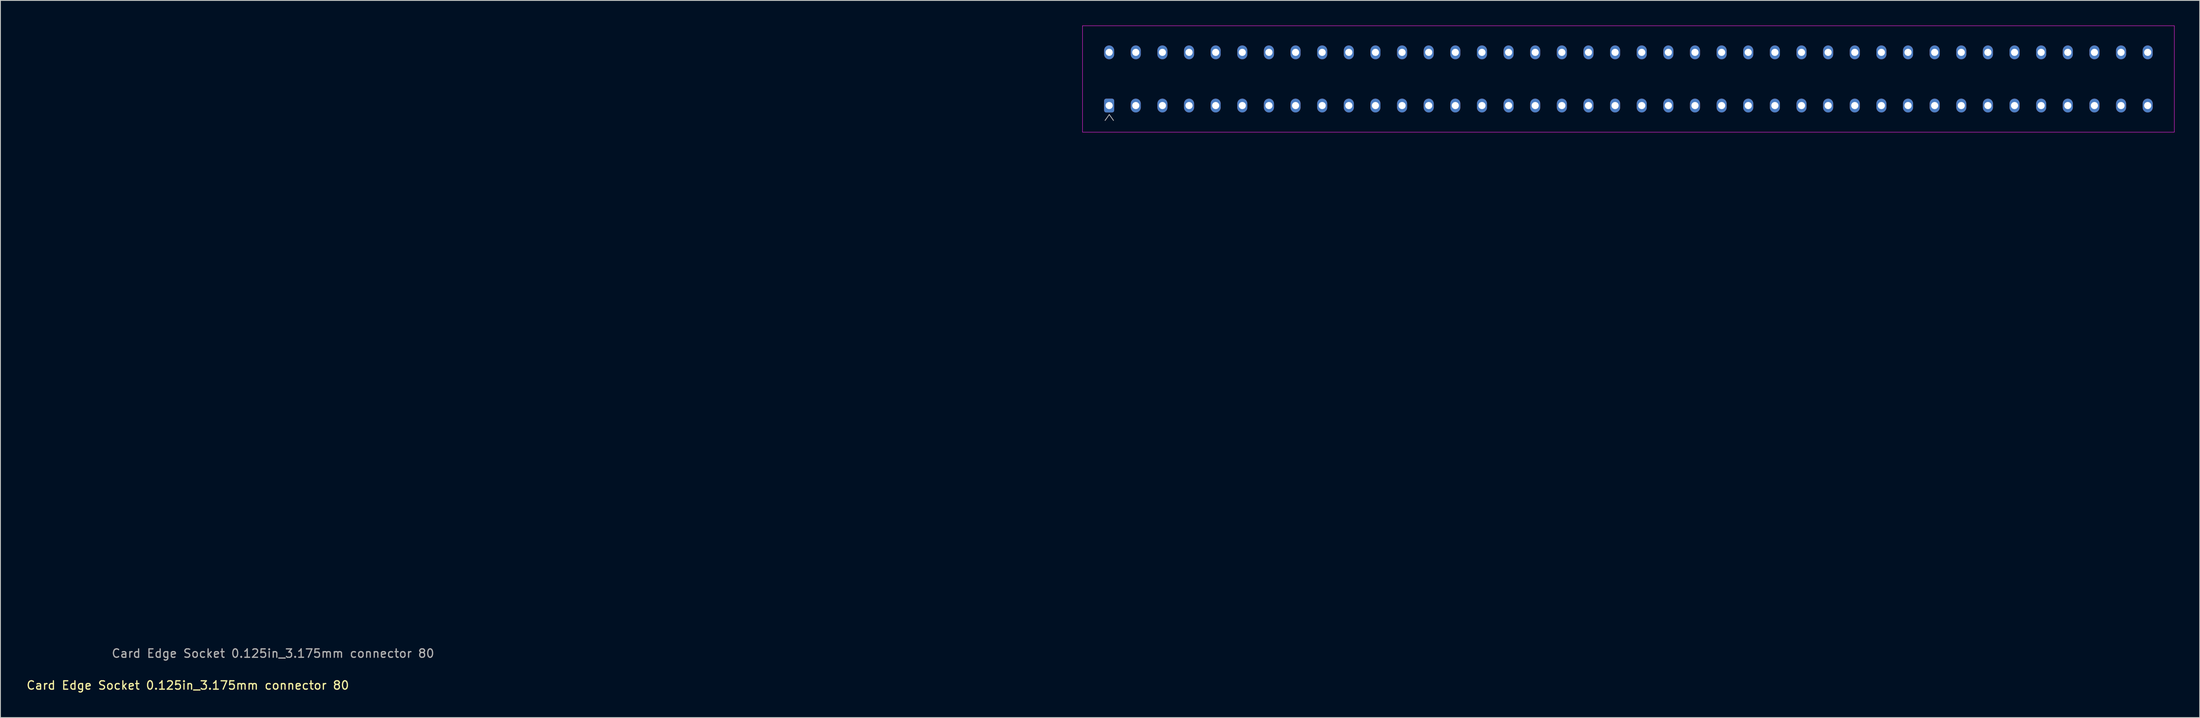
<source format=kicad_pcb>
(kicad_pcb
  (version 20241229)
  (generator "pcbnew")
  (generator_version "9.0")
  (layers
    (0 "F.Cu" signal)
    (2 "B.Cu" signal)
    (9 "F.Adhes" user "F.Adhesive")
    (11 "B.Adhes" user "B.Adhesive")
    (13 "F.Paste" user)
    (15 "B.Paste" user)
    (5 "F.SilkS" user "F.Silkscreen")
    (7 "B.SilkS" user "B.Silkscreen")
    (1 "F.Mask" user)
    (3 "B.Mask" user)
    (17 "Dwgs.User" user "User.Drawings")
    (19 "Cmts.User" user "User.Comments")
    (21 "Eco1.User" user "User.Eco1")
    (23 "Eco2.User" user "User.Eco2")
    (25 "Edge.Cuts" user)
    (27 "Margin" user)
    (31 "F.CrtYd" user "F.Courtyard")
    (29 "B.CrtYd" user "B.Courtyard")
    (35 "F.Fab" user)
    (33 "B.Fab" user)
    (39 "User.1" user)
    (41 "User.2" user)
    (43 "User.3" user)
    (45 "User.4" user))
  (footprint "Card Edge Socket 0.125in_3.175mm connector 80"
    (layer "F.Cu")
    (at 126.019 9.55)
    (property "Reference" "Card Edge Socket 0.125in_3.175mm connector 80" (at -106.68 69.215 0) (layer "F.SilkS") (effects (font (size 1 1) (thickness 0.15))))
    (attr through_hole)
    (fp_line (start 0 -9.525) (end 130.175 -9.525) (stroke (width 0.05) (type solid)) (layer "F.CrtYd"))
    (fp_line (start 0 3.175) (end 0 -9.525) (stroke (width 0.05) (type solid)) (layer "F.CrtYd"))
    (fp_line (start 130.175 -9.525) (end 130.175 3.175) (stroke (width 0.05) (type solid)) (layer "F.CrtYd"))
    (fp_line (start 130.175 3.175) (end 0 3.175) (stroke (width 0.05) (type solid)) (layer "F.CrtYd"))
    (fp_line (start 2.69 1.777) (end 3.19 1.07) (stroke (width 0.1) (type solid)) (layer "F.Fab"))
    (fp_line (start 3.19 1.07) (end 3.69 1.777) (stroke (width 0.1) (type solid)) (layer "F.Fab"))
    (fp_text user "${REFERENCE}" (at -96.52 65.405 0) (layer "F.Fab") (effects (font (size 1 1) (thickness 0.15))))
    (pad "1" thru_hole roundrect (at 3.175 0) (size 1.2 1.65) (drill 0.85) (layers "*.Cu" "*.Mask") (roundrect_rratio 0.208))
    (pad "2" thru_hole oval (at 3.175 -6.35) (size 1.2 1.65) (drill 0.85) (layers "*.Cu" "*.Mask"))
    (pad "3" thru_hole oval (at 6.35 0) (size 1.2 1.65) (drill 0.85) (layers "*.Cu" "*.Mask"))
    (pad "4" thru_hole oval (at 6.35 -6.35) (size 1.2 1.65) (drill 0.85) (layers "*.Cu" "*.Mask"))
    (pad "5" thru_hole oval (at 9.525 0) (size 1.2 1.65) (drill 0.85) (layers "*.Cu" "*.Mask"))
    (pad "6" thru_hole oval (at 9.525 -6.35) (size 1.2 1.65) (drill 0.85) (layers "*.Cu" "*.Mask"))
    (pad "7" thru_hole oval (at 12.7 0) (size 1.2 1.65) (drill 0.85) (layers "*.Cu" "*.Mask"))
    (pad "8" thru_hole oval (at 12.7 -6.35) (size 1.2 1.65) (drill 0.85) (layers "*.Cu" "*.Mask"))
    (pad "9" thru_hole oval (at 15.875 0) (size 1.2 1.65) (drill 0.85) (layers "*.Cu" "*.Mask"))
    (pad "10" thru_hole oval (at 15.875 -6.35) (size 1.2 1.65) (drill 0.85) (layers "*.Cu" "*.Mask"))
    (pad "11" thru_hole oval (at 19.05 0) (size 1.2 1.65) (drill 0.85) (layers "*.Cu" "*.Mask"))
    (pad "12" thru_hole oval (at 19.05 -6.35) (size 1.2 1.65) (drill 0.85) (layers "*.Cu" "*.Mask"))
    (pad "13" thru_hole oval (at 22.225 0) (size 1.2 1.65) (drill 0.85) (layers "*.Cu" "*.Mask"))
    (pad "14" thru_hole oval (at 22.225 -6.35) (size 1.2 1.65) (drill 0.85) (layers "*.Cu" "*.Mask"))
    (pad "15" thru_hole oval (at 25.4 0) (size 1.2 1.65) (drill 0.85) (layers "*.Cu" "*.Mask"))
    (pad "16" thru_hole oval (at 25.4 -6.35) (size 1.2 1.65) (drill 0.85) (layers "*.Cu" "*.Mask"))
    (pad "17" thru_hole oval (at 28.575 0) (size 1.2 1.65) (drill 0.85) (layers "*.Cu" "*.Mask"))
    (pad "18" thru_hole oval (at 28.575 -6.35) (size 1.2 1.65) (drill 0.85) (layers "*.Cu" "*.Mask"))
    (pad "19" thru_hole oval (at 31.75 0) (size 1.2 1.65) (drill 0.85) (layers "*.Cu" "*.Mask"))
    (pad "20" thru_hole oval (at 31.75 -6.35) (size 1.2 1.65) (drill 0.85) (layers "*.Cu" "*.Mask"))
    (pad "21" thru_hole oval (at 34.925 0) (size 1.2 1.65) (drill 0.85) (layers "*.Cu" "*.Mask"))
    (pad "22" thru_hole oval (at 34.925 -6.35) (size 1.2 1.65) (drill 0.85) (layers "*.Cu" "*.Mask"))
    (pad "23" thru_hole oval (at 38.1 0) (size 1.2 1.65) (drill 0.85) (layers "*.Cu" "*.Mask"))
    (pad "24" thru_hole oval (at 38.1 -6.35) (size 1.2 1.65) (drill 0.85) (layers "*.Cu" "*.Mask"))
    (pad "25" thru_hole oval (at 41.275 0) (size 1.2 1.65) (drill 0.85) (layers "*.Cu" "*.Mask"))
    (pad "26" thru_hole oval (at 41.275 -6.35) (size 1.2 1.65) (drill 0.85) (layers "*.Cu" "*.Mask"))
    (pad "27" thru_hole oval (at 44.45 0) (size 1.2 1.65) (drill 0.85) (layers "*.Cu" "*.Mask"))
    (pad "28" thru_hole oval (at 44.45 -6.35) (size 1.2 1.65) (drill 0.85) (layers "*.Cu" "*.Mask"))
    (pad "29" thru_hole oval (at 47.625 0) (size 1.2 1.65) (drill 0.85) (layers "*.Cu" "*.Mask"))
    (pad "30" thru_hole oval (at 47.625 -6.35) (size 1.2 1.65) (drill 0.85) (layers "*.Cu" "*.Mask"))
    (pad "31" thru_hole oval (at 50.8 0) (size 1.2 1.65) (drill 0.85) (layers "*.Cu" "*.Mask"))
    (pad "32" thru_hole oval (at 50.8 -6.35) (size 1.2 1.65) (drill 0.85) (layers "*.Cu" "*.Mask"))
    (pad "33" thru_hole oval (at 53.975 0) (size 1.2 1.65) (drill 0.85) (layers "*.Cu" "*.Mask"))
    (pad "34" thru_hole oval (at 53.975 -6.35) (size 1.2 1.65) (drill 0.85) (layers "*.Cu" "*.Mask"))
    (pad "35" thru_hole oval (at 57.15 0) (size 1.2 1.65) (drill 0.85) (layers "*.Cu" "*.Mask"))
    (pad "36" thru_hole oval (at 57.15 -6.35) (size 1.2 1.65) (drill 0.85) (layers "*.Cu" "*.Mask"))
    (pad "37" thru_hole oval (at 60.325 0) (size 1.2 1.65) (drill 0.85) (layers "*.Cu" "*.Mask"))
    (pad "38" thru_hole oval (at 60.325 -6.35) (size 1.2 1.65) (drill 0.85) (layers "*.Cu" "*.Mask"))
    (pad "39" thru_hole oval (at 63.5 0) (size 1.2 1.65) (drill 0.85) (layers "*.Cu" "*.Mask"))
    (pad "40" thru_hole oval (at 63.5 -6.35) (size 1.2 1.65) (drill 0.85) (layers "*.Cu" "*.Mask"))
    (pad "41" thru_hole oval (at 66.675 0) (size 1.2 1.65) (drill 0.85) (layers "*.Cu" "*.Mask"))
    (pad "42" thru_hole oval (at 66.675 -6.35) (size 1.2 1.65) (drill 0.85) (layers "*.Cu" "*.Mask"))
    (pad "43" thru_hole oval (at 69.85 0) (size 1.2 1.65) (drill 0.85) (layers "*.Cu" "*.Mask"))
    (pad "44" thru_hole oval (at 69.85 -6.35) (size 1.2 1.65) (drill 0.85) (layers "*.Cu" "*.Mask"))
    (pad "45" thru_hole oval (at 73.025 0) (size 1.2 1.65) (drill 0.85) (layers "*.Cu" "*.Mask"))
    (pad "46" thru_hole oval (at 73.025 -6.35) (size 1.2 1.65) (drill 0.85) (layers "*.Cu" "*.Mask"))
    (pad "47" thru_hole oval (at 76.2 0) (size 1.2 1.65) (drill 0.85) (layers "*.Cu" "*.Mask"))
    (pad "48" thru_hole oval (at 76.2 -6.35) (size 1.2 1.65) (drill 0.85) (layers "*.Cu" "*.Mask"))
    (pad "49" thru_hole oval (at 79.375 0) (size 1.2 1.65) (drill 0.85) (layers "*.Cu" "*.Mask"))
    (pad "50" thru_hole oval (at 79.375 -6.35) (size 1.2 1.65) (drill 0.85) (layers "*.Cu" "*.Mask"))
    (pad "51" thru_hole oval (at 82.55 0) (size 1.2 1.65) (drill 0.85) (layers "*.Cu" "*.Mask"))
    (pad "52" thru_hole oval (at 82.55 -6.35) (size 1.2 1.65) (drill 0.85) (layers "*.Cu" "*.Mask"))
    (pad "53" thru_hole oval (at 85.725 0) (size 1.2 1.65) (drill 0.85) (layers "*.Cu" "*.Mask"))
    (pad "54" thru_hole oval (at 85.725 -6.35) (size 1.2 1.65) (drill 0.85) (layers "*.Cu" "*.Mask"))
    (pad "55" thru_hole oval (at 88.9 0) (size 1.2 1.65) (drill 0.85) (layers "*.Cu" "*.Mask"))
    (pad "56" thru_hole oval (at 88.9 -6.35) (size 1.2 1.65) (drill 0.85) (layers "*.Cu" "*.Mask"))
    (pad "57" thru_hole oval (at 92.075 0) (size 1.2 1.65) (drill 0.85) (layers "*.Cu" "*.Mask"))
    (pad "58" thru_hole oval (at 92.075 -6.35) (size 1.2 1.65) (drill 0.85) (layers "*.Cu" "*.Mask"))
    (pad "59" thru_hole oval (at 95.25 0) (size 1.2 1.65) (drill 0.85) (layers "*.Cu" "*.Mask"))
    (pad "60" thru_hole oval (at 95.25 -6.35) (size 1.2 1.65) (drill 0.85) (layers "*.Cu" "*.Mask"))
    (pad "61" thru_hole oval (at 98.425 0) (size 1.2 1.65) (drill 0.85) (layers "*.Cu" "*.Mask"))
    (pad "62" thru_hole oval (at 98.425 -6.35) (size 1.2 1.65) (drill 0.85) (layers "*.Cu" "*.Mask"))
    (pad "63" thru_hole oval (at 101.6 0) (size 1.2 1.65) (drill 0.85) (layers "*.Cu" "*.Mask"))
    (pad "64" thru_hole oval (at 101.6 -6.35) (size 1.2 1.65) (drill 0.85) (layers "*.Cu" "*.Mask"))
    (pad "65" thru_hole oval (at 104.775 0) (size 1.2 1.65) (drill 0.85) (layers "*.Cu" "*.Mask"))
    (pad "66" thru_hole oval (at 104.775 -6.35) (size 1.2 1.65) (drill 0.85) (layers "*.Cu" "*.Mask"))
    (pad "67" thru_hole oval (at 107.95 0) (size 1.2 1.65) (drill 0.85) (layers "*.Cu" "*.Mask"))
    (pad "68" thru_hole oval (at 107.95 -6.35) (size 1.2 1.65) (drill 0.85) (layers "*.Cu" "*.Mask"))
    (pad "69" thru_hole oval (at 111.125 0) (size 1.2 1.65) (drill 0.85) (layers "*.Cu" "*.Mask"))
    (pad "70" thru_hole oval (at 111.125 -6.35) (size 1.2 1.65) (drill 0.85) (layers "*.Cu" "*.Mask"))
    (pad "71" thru_hole oval (at 114.3 0) (size 1.2 1.65) (drill 0.85) (layers "*.Cu" "*.Mask"))
    (pad "72" thru_hole oval (at 114.3 -6.35) (size 1.2 1.65) (drill 0.85) (layers "*.Cu" "*.Mask"))
    (pad "73" thru_hole oval (at 117.475 0) (size 1.2 1.65) (drill 0.85) (layers "*.Cu" "*.Mask"))
    (pad "74" thru_hole oval (at 117.475 -6.35) (size 1.2 1.65) (drill 0.85) (layers "*.Cu" "*.Mask"))
    (pad "75" thru_hole oval (at 120.65 0) (size 1.2 1.65) (drill 0.85) (layers "*.Cu" "*.Mask"))
    (pad "76" thru_hole oval (at 120.65 -6.35) (size 1.2 1.65) (drill 0.85) (layers "*.Cu" "*.Mask"))
    (pad "77" thru_hole oval (at 123.825 0) (size 1.2 1.65) (drill 0.85) (layers "*.Cu" "*.Mask"))
    (pad "78" thru_hole oval (at 123.825 -6.35) (size 1.2 1.65) (drill 0.85) (layers "*.Cu" "*.Mask"))
    (pad "79" thru_hole oval (at 127 0) (size 1.2 1.65) (drill 0.85) (layers "*.Cu" "*.Mask"))
    (pad "80" thru_hole oval (at 127 -6.35) (size 1.2 1.65) (drill 0.85) (layers "*.Cu" "*.Mask")))
  (gr_rect
    (start -3 -3)
    (end 259.219 82.613)
    (stroke (width 0.1) (type default))
    (fill no)
    (layer "Edge.Cuts")))
</source>
